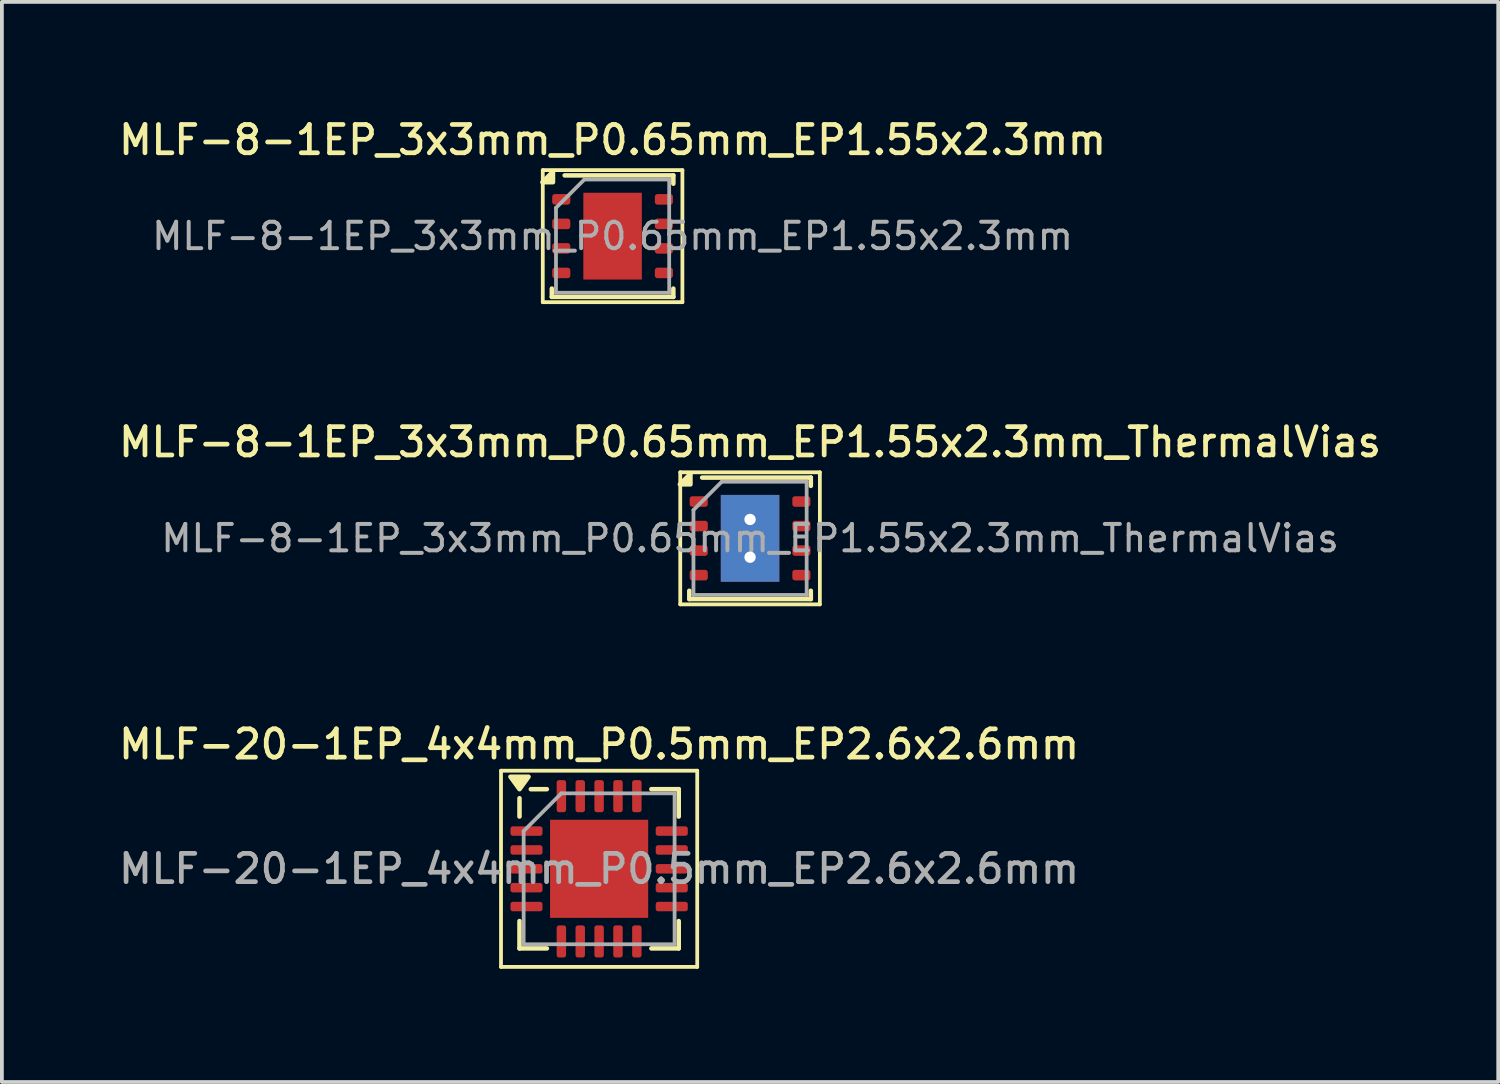
<source format=kicad_pcb>
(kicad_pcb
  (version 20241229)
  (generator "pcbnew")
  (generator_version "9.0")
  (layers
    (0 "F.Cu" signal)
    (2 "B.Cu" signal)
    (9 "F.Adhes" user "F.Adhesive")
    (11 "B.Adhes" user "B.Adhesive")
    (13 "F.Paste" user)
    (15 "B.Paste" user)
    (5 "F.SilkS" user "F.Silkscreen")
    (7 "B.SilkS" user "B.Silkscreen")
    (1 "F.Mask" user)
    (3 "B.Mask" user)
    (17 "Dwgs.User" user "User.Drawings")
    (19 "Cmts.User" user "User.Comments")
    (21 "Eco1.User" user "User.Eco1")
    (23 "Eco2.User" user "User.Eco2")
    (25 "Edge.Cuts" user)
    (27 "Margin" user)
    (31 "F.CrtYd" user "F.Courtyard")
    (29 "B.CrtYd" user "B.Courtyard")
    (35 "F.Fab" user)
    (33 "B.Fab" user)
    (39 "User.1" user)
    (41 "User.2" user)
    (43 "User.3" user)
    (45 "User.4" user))
  (footprint "MLF-20-1EP_4x4mm_P0.5mm_EP2.6x2.6mm"
    (layer "F.Cu")
    (at 12.827 19.974)
    (property "Reference" "MLF-20-1EP_4x4mm_P0.5mm_EP2.6x2.6mm" (at 0 -3.3 0) (layer "F.SilkS") (effects (font (size 0.75 0.75) (thickness 0.125))))
    (attr smd)
    (fp_line (start -2.6 -2.6) (end -2.6 2.6) (stroke (width 0.1) (type solid)) (layer "F.SilkS"))
    (fp_line (start -2.6 2.6) (end 2.6 2.6) (stroke (width 0.1) (type solid)) (layer "F.SilkS"))
    (fp_line (start -2.11 -1.385) (end -2.11 -1.87) (stroke (width 0.12) (type solid)) (layer "F.SilkS"))
    (fp_line (start -2.11 2.11) (end -2.11 1.385) (stroke (width 0.12) (type solid)) (layer "F.SilkS"))
    (fp_line (start -1.385 -2.11) (end -1.81 -2.11) (stroke (width 0.12) (type solid)) (layer "F.SilkS"))
    (fp_line (start -1.385 2.11) (end -2.11 2.11) (stroke (width 0.12) (type solid)) (layer "F.SilkS"))
    (fp_line (start 1.385 -2.11) (end 2.11 -2.11) (stroke (width 0.12) (type solid)) (layer "F.SilkS"))
    (fp_line (start 1.385 2.11) (end 2.11 2.11) (stroke (width 0.12) (type solid)) (layer "F.SilkS"))
    (fp_line (start 2.11 -2.11) (end 2.11 -1.385) (stroke (width 0.12) (type solid)) (layer "F.SilkS"))
    (fp_line (start 2.11 2.11) (end 2.11 1.385) (stroke (width 0.12) (type solid)) (layer "F.SilkS"))
    (fp_line (start 2.6 -2.6) (end -2.6 -2.6) (stroke (width 0.1) (type solid)) (layer "F.SilkS"))
    (fp_line (start 2.6 2.6) (end 2.6 -2.6) (stroke (width 0.1) (type solid)) (layer "F.SilkS"))
    (fp_poly (pts (xy -2.11 -2.11) (xy -2.35 -2.44) (xy -1.87 -2.44) (xy -2.11 -2.11)) (stroke (width 0.12) (type solid)) (fill yes) (layer "F.SilkS"))
    (fp_line (start -2 -1) (end -1 -2) (stroke (width 0.1) (type solid)) (layer "F.Fab"))
    (fp_line (start -2 2) (end -2 -1) (stroke (width 0.1) (type solid)) (layer "F.Fab"))
    (fp_line (start -1 -2) (end 2 -2) (stroke (width 0.1) (type solid)) (layer "F.Fab"))
    (fp_line (start 2 -2) (end 2 2) (stroke (width 0.1) (type solid)) (layer "F.Fab"))
    (fp_line (start 2 2) (end -2 2) (stroke (width 0.1) (type solid)) (layer "F.Fab"))
    (fp_text user "${REFERENCE}" (at 0 0 0) (layer "F.Fab") (effects (font (size 0.75 0.75) (thickness 0.125))))
    (pad "" smd roundrect (at -0.65 -0.65) (size 1.05 1.05) (layers "F.Paste") (roundrect_rratio 0.238))
    (pad "" smd roundrect (at -0.65 0.65) (size 1.05 1.05) (layers "F.Paste") (roundrect_rratio 0.238))
    (pad "" smd roundrect (at 0.65 -0.65) (size 1.05 1.05) (layers "F.Paste") (roundrect_rratio 0.238))
    (pad "" smd roundrect (at 0.65 0.65) (size 1.05 1.05) (layers "F.Paste") (roundrect_rratio 0.238))
    (pad "1" smd roundrect (at -1.925 -1) (size 0.85 0.25) (layers "F.Cu" "F.Mask" "F.Paste") (roundrect_rratio 0.25))
    (pad "2" smd roundrect (at -1.925 -0.5) (size 0.85 0.25) (layers "F.Cu" "F.Mask" "F.Paste") (roundrect_rratio 0.25))
    (pad "3" smd roundrect (at -1.925 0) (size 0.85 0.25) (layers "F.Cu" "F.Mask" "F.Paste") (roundrect_rratio 0.25))
    (pad "4" smd roundrect (at -1.925 0.5) (size 0.85 0.25) (layers "F.Cu" "F.Mask" "F.Paste") (roundrect_rratio 0.25))
    (pad "5" smd roundrect (at -1.925 1) (size 0.85 0.25) (layers "F.Cu" "F.Mask" "F.Paste") (roundrect_rratio 0.25))
    (pad "6" smd roundrect (at -1 1.925) (size 0.25 0.85) (layers "F.Cu" "F.Mask" "F.Paste") (roundrect_rratio 0.25))
    (pad "7" smd roundrect (at -0.5 1.925) (size 0.25 0.85) (layers "F.Cu" "F.Mask" "F.Paste") (roundrect_rratio 0.25))
    (pad "8" smd roundrect (at 0 1.925) (size 0.25 0.85) (layers "F.Cu" "F.Mask" "F.Paste") (roundrect_rratio 0.25))
    (pad "9" smd roundrect (at 0.5 1.925) (size 0.25 0.85) (layers "F.Cu" "F.Mask" "F.Paste") (roundrect_rratio 0.25))
    (pad "10" smd roundrect (at 1 1.925) (size 0.25 0.85) (layers "F.Cu" "F.Mask" "F.Paste") (roundrect_rratio 0.25))
    (pad "11" smd roundrect (at 1.925 1) (size 0.85 0.25) (layers "F.Cu" "F.Mask" "F.Paste") (roundrect_rratio 0.25))
    (pad "12" smd roundrect (at 1.925 0.5) (size 0.85 0.25) (layers "F.Cu" "F.Mask" "F.Paste") (roundrect_rratio 0.25))
    (pad "13" smd roundrect (at 1.925 0) (size 0.85 0.25) (layers "F.Cu" "F.Mask" "F.Paste") (roundrect_rratio 0.25))
    (pad "14" smd roundrect (at 1.925 -0.5) (size 0.85 0.25) (layers "F.Cu" "F.Mask" "F.Paste") (roundrect_rratio 0.25))
    (pad "15" smd roundrect (at 1.925 -1) (size 0.85 0.25) (layers "F.Cu" "F.Mask" "F.Paste") (roundrect_rratio 0.25))
    (pad "16" smd roundrect (at 1 -1.925) (size 0.25 0.85) (layers "F.Cu" "F.Mask" "F.Paste") (roundrect_rratio 0.25))
    (pad "17" smd roundrect (at 0.5 -1.925) (size 0.25 0.85) (layers "F.Cu" "F.Mask" "F.Paste") (roundrect_rratio 0.25))
    (pad "18" smd roundrect (at 0 -1.925) (size 0.25 0.85) (layers "F.Cu" "F.Mask" "F.Paste") (roundrect_rratio 0.25))
    (pad "19" smd roundrect (at -0.5 -1.925) (size 0.25 0.85) (layers "F.Cu" "F.Mask" "F.Paste") (roundrect_rratio 0.25))
    (pad "20" smd roundrect (at -1 -1.925) (size 0.25 0.85) (layers "F.Cu" "F.Mask" "F.Paste") (roundrect_rratio 0.25))
    (pad "21" smd rect (at 0 0) (size 2.6 2.6) (property pad_prop_heatsink) (layers "F.Cu" "F.Mask")))
  (footprint "MLF-8-1EP_3x3mm_P0.65mm_EP1.55x2.3mm"
    (layer "F.Cu")
    (at 13.184 3.208)
    (property "Reference" "MLF-8-1EP_3x3mm_P0.65mm_EP1.55x2.3mm" (at 0 -2.55 0) (layer "F.SilkS") (effects (font (size 0.75 0.75) (thickness 0.125))))
    (attr smd)
    (fp_line (start -1.85 -1.75) (end -1.85 1.75) (stroke (width 0.1) (type solid)) (layer "F.SilkS"))
    (fp_line (start -1.85 -1.75) (end 1.85 -1.75) (stroke (width 0.1) (type solid)) (layer "F.SilkS"))
    (fp_line (start -1.85 1.75) (end 1.85 1.75) (stroke (width 0.1) (type solid)) (layer "F.SilkS"))
    (fp_line (start -1.61 1.61) (end -1.61 1.39) (stroke (width 0.12) (type solid)) (layer "F.SilkS"))
    (fp_line (start -1.61 1.61) (end 1.61 1.61) (stroke (width 0.12) (type solid)) (layer "F.SilkS"))
    (fp_line (start -1.27 -1.61) (end 1.61 -1.61) (stroke (width 0.12) (type solid)) (layer "F.SilkS"))
    (fp_line (start 1.61 -1.39) (end 1.61 -1.61) (stroke (width 0.12) (type solid)) (layer "F.SilkS"))
    (fp_line (start 1.61 1.61) (end 1.61 1.39) (stroke (width 0.12) (type solid)) (layer "F.SilkS"))
    (fp_line (start 1.85 -1.75) (end 1.85 1.75) (stroke (width 0.1) (type solid)) (layer "F.SilkS"))
    (fp_poly (pts (xy -1.58 -1.43) (xy -1.86 -1.43) (xy -1.58 -1.71) (xy -1.58 -1.43)) (stroke (width 0.12) (type solid)) (fill yes) (layer "F.SilkS"))
    (fp_line (start -1.5 -0.75) (end -0.75 -1.5) (stroke (width 0.1) (type solid)) (layer "F.Fab"))
    (fp_line (start -1.5 1.5) (end -1.5 -0.75) (stroke (width 0.1) (type solid)) (layer "F.Fab"))
    (fp_line (start -0.75 -1.5) (end 1.5 -1.5) (stroke (width 0.1) (type solid)) (layer "F.Fab"))
    (fp_line (start 1.5 -1.5) (end 1.5 1.5) (stroke (width 0.1) (type solid)) (layer "F.Fab"))
    (fp_line (start 1.5 1.5) (end -1.5 1.5) (stroke (width 0.1) (type solid)) (layer "F.Fab"))
    (fp_text user "${REFERENCE}" (at 0 0 0) (layer "F.Fab") (effects (font (size 0.7 0.7) (thickness 0.105))))
    (pad "" smd roundrect (at 0 -0.9) (size 1.5 0.4) (layers "F.Paste") (roundrect_rratio 0.25))
    (pad "" smd roundrect (at 0 0) (size 1.5 0.65) (layers "F.Paste") (roundrect_rratio 0.25))
    (pad "" smd roundrect (at 0 0.9) (size 1.5 0.4) (layers "F.Paste") (roundrect_rratio 0.25))
    (pad "1" smd roundrect (at -1.36 -0.975) (size 0.48 0.28) (layers "F.Cu" "F.Mask" "F.Paste") (roundrect_rratio 0.25))
    (pad "2" smd roundrect (at -1.36 -0.325) (size 0.48 0.28) (layers "F.Cu" "F.Mask" "F.Paste") (roundrect_rratio 0.25))
    (pad "3" smd roundrect (at -1.36 0.325) (size 0.48 0.28) (layers "F.Cu" "F.Mask" "F.Paste") (roundrect_rratio 0.25))
    (pad "4" smd roundrect (at -1.36 0.975) (size 0.48 0.28) (layers "F.Cu" "F.Mask" "F.Paste") (roundrect_rratio 0.25))
    (pad "5" smd roundrect (at 1.36 0.975) (size 0.48 0.28) (layers "F.Cu" "F.Mask" "F.Paste") (roundrect_rratio 0.25))
    (pad "6" smd roundrect (at 1.36 0.325) (size 0.48 0.28) (layers "F.Cu" "F.Mask" "F.Paste") (roundrect_rratio 0.25))
    (pad "7" smd roundrect (at 1.36 -0.325) (size 0.48 0.28) (layers "F.Cu" "F.Mask" "F.Paste") (roundrect_rratio 0.25))
    (pad "8" smd roundrect (at 1.36 -0.975) (size 0.48 0.28) (layers "F.Cu" "F.Mask" "F.Paste") (roundrect_rratio 0.25))
    (pad "9" smd rect (at 0 0) (size 1.55 2.3) (layers "F.Cu" "F.Mask")))
  (footprint "MLF-8-1EP_3x3mm_P0.65mm_EP1.55x2.3mm_ThermalVias"
    (layer "F.Cu")
    (at 16.827 11.216)
    (property "Reference" "MLF-8-1EP_3x3mm_P0.65mm_EP1.55x2.3mm_ThermalVias" (at 0 -2.55 0) (layer "F.SilkS") (effects (font (size 0.75 0.75) (thickness 0.125))))
    (attr smd)
    (fp_line (start -1.85 -1.75) (end -1.85 1.75) (stroke (width 0.1) (type solid)) (layer "F.SilkS"))
    (fp_line (start -1.85 -1.75) (end 1.85 -1.75) (stroke (width 0.1) (type solid)) (layer "F.SilkS"))
    (fp_line (start -1.85 1.75) (end 1.85 1.75) (stroke (width 0.1) (type solid)) (layer "F.SilkS"))
    (fp_line (start -1.61 1.61) (end -1.61 1.39) (stroke (width 0.12) (type solid)) (layer "F.SilkS"))
    (fp_line (start -1.61 1.61) (end 1.61 1.61) (stroke (width 0.12) (type solid)) (layer "F.SilkS"))
    (fp_line (start -1.27 -1.61) (end 1.61 -1.61) (stroke (width 0.12) (type solid)) (layer "F.SilkS"))
    (fp_line (start 1.61 -1.39) (end 1.61 -1.61) (stroke (width 0.12) (type solid)) (layer "F.SilkS"))
    (fp_line (start 1.61 1.61) (end 1.61 1.39) (stroke (width 0.12) (type solid)) (layer "F.SilkS"))
    (fp_line (start 1.85 -1.75) (end 1.85 1.75) (stroke (width 0.1) (type solid)) (layer "F.SilkS"))
    (fp_poly (pts (xy -1.58 -1.43) (xy -1.86 -1.43) (xy -1.58 -1.71) (xy -1.58 -1.43)) (stroke (width 0.12) (type solid)) (fill yes) (layer "F.SilkS"))
    (fp_line (start -1.5 -0.75) (end -0.75 -1.5) (stroke (width 0.1) (type solid)) (layer "F.Fab"))
    (fp_line (start -1.5 1.5) (end -1.5 -0.75) (stroke (width 0.1) (type solid)) (layer "F.Fab"))
    (fp_line (start -0.75 -1.5) (end 1.5 -1.5) (stroke (width 0.1) (type solid)) (layer "F.Fab"))
    (fp_line (start 1.5 -1.5) (end 1.5 1.5) (stroke (width 0.1) (type solid)) (layer "F.Fab"))
    (fp_line (start 1.5 1.5) (end -1.5 1.5) (stroke (width 0.1) (type solid)) (layer "F.Fab"))
    (fp_text user "${REFERENCE}" (at 0 0 0) (layer "F.Fab") (effects (font (size 0.7 0.7) (thickness 0.105))))
    (pad "" smd roundrect (at 0 -0.9) (size 1.5 0.4) (layers "F.Paste") (roundrect_rratio 0.25))
    (pad "" smd roundrect (at 0 0) (size 1.5 0.65) (layers "F.Paste") (roundrect_rratio 0.25))
    (pad "" smd roundrect (at 0 0.9) (size 1.5 0.4) (layers "F.Paste") (roundrect_rratio 0.25))
    (pad "1" smd roundrect (at -1.36 -0.975) (size 0.48 0.28) (layers "F.Cu" "F.Mask" "F.Paste") (roundrect_rratio 0.25))
    (pad "2" smd roundrect (at -1.36 -0.325) (size 0.48 0.28) (layers "F.Cu" "F.Mask" "F.Paste") (roundrect_rratio 0.25))
    (pad "3" smd roundrect (at -1.36 0.325) (size 0.48 0.28) (layers "F.Cu" "F.Mask" "F.Paste") (roundrect_rratio 0.25))
    (pad "4" smd roundrect (at -1.36 0.975) (size 0.48 0.28) (layers "F.Cu" "F.Mask" "F.Paste") (roundrect_rratio 0.25))
    (pad "5" smd roundrect (at 1.36 0.975) (size 0.48 0.28) (layers "F.Cu" "F.Mask" "F.Paste") (roundrect_rratio 0.25))
    (pad "6" smd roundrect (at 1.36 0.325) (size 0.48 0.28) (layers "F.Cu" "F.Mask" "F.Paste") (roundrect_rratio 0.25))
    (pad "7" smd roundrect (at 1.36 -0.325) (size 0.48 0.28) (layers "F.Cu" "F.Mask" "F.Paste") (roundrect_rratio 0.25))
    (pad "8" smd roundrect (at 1.36 -0.975) (size 0.48 0.28) (layers "F.Cu" "F.Mask" "F.Paste") (roundrect_rratio 0.25))
    (pad "9" thru_hole circle (at 0 -0.5) (size 0.6 0.6) (drill 0.3) (layers "*.Cu" "*.Mask"))
    (pad "9" smd rect (at 0 0) (size 1.55 2.3) (layers "F.Cu" "F.Mask"))
    (pad "9" smd rect (at 0 0) (size 1.55 2.3) (layers "B.Cu"))
    (pad "9" thru_hole circle (at 0 0.5) (size 0.6 0.6) (drill 0.3) (layers "*.Cu" "*.Mask")))
  (gr_rect
    (start -3 -3)
    (end 36.654 25.624)
    (stroke (width 0.1) (type default))
    (fill no)
    (layer "Edge.Cuts")))
</source>
